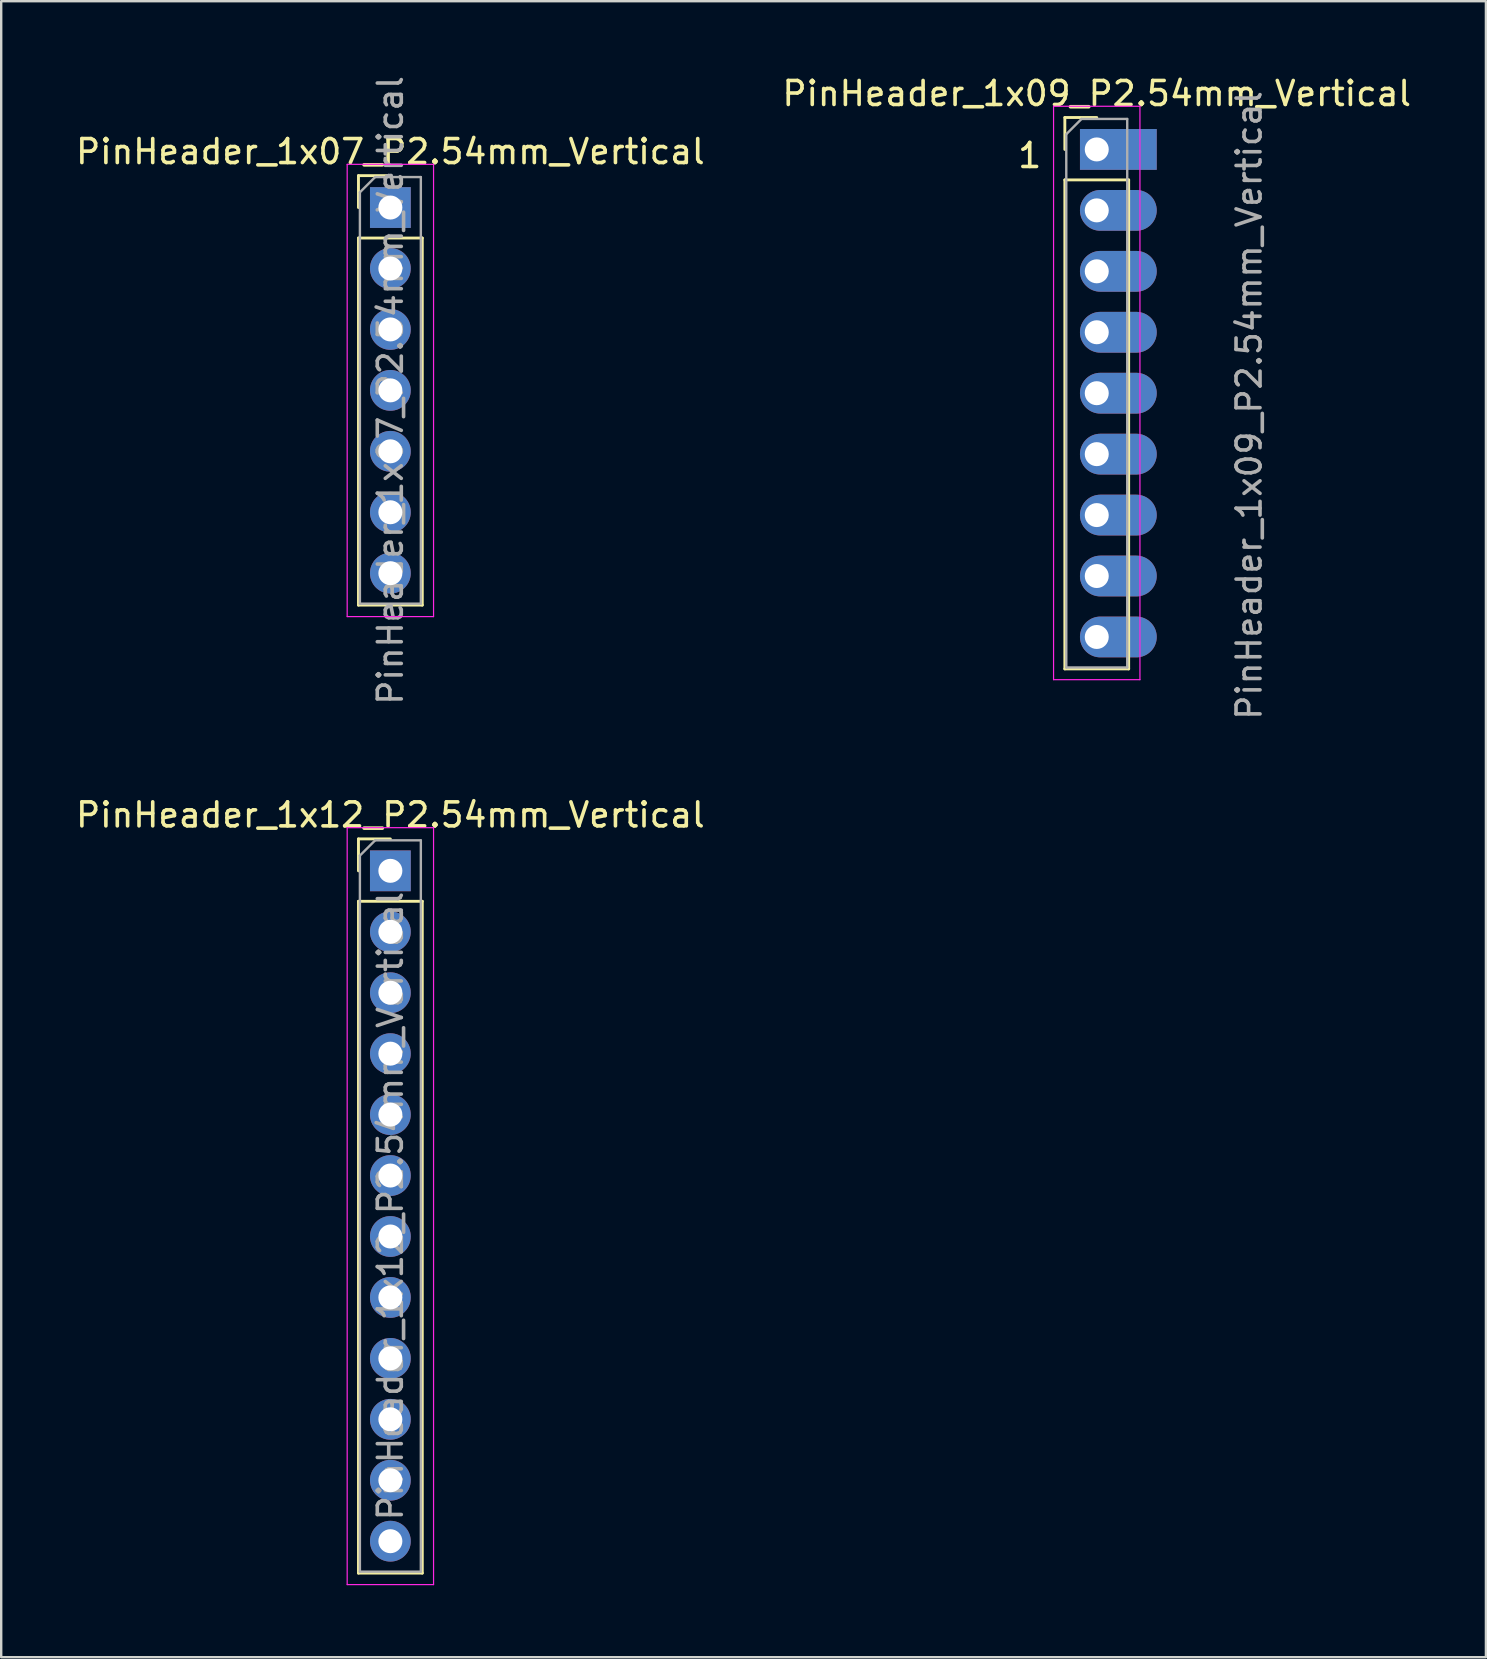
<source format=kicad_pcb>
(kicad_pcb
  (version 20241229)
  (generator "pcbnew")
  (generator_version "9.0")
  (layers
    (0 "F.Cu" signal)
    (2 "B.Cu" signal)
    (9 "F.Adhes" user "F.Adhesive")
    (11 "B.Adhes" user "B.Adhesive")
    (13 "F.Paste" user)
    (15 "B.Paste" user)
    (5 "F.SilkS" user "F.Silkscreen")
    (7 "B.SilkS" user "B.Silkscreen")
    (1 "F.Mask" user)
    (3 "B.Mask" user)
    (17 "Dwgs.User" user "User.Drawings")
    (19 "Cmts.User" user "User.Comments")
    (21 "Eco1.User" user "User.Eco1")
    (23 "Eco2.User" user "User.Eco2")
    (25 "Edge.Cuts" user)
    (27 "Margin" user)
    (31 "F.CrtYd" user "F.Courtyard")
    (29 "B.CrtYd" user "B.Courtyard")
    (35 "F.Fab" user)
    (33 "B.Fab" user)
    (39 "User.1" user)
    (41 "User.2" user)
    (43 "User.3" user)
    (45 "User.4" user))
  (footprint "PinHeader_1x07_P2.54mm_Vertical"
    (layer "F.Cu")
    (at 13.22 5.6)
    (property "Reference" "PinHeader_1x07_P2.54mm_Vertical" (at 0 -2.33 0) (layer "F.SilkS") (effects (font (size 1 1) (thickness 0.15))))
    (attr through_hole exclude_from_bom)
    (fp_line (start -1.33 -1.33) (end 0 -1.33) (stroke (width 0.12) (type solid)) (layer "F.SilkS"))
    (fp_line (start -1.33 0) (end -1.33 -1.33) (stroke (width 0.12) (type solid)) (layer "F.SilkS"))
    (fp_line (start -1.33 1.27) (end -1.33 16.57) (stroke (width 0.12) (type solid)) (layer "F.SilkS"))
    (fp_line (start -1.33 1.27) (end 1.33 1.27) (stroke (width 0.12) (type solid)) (layer "F.SilkS"))
    (fp_line (start -1.33 16.57) (end 1.33 16.57) (stroke (width 0.12) (type solid)) (layer "F.SilkS"))
    (fp_line (start 1.33 1.27) (end 1.33 16.57) (stroke (width 0.12) (type solid)) (layer "F.SilkS"))
    (fp_line (start -1.8 -1.8) (end -1.8 17.05) (stroke (width 0.05) (type solid)) (layer "F.CrtYd"))
    (fp_line (start -1.8 17.05) (end 1.8 17.05) (stroke (width 0.05) (type solid)) (layer "F.CrtYd"))
    (fp_line (start 1.8 -1.8) (end -1.8 -1.8) (stroke (width 0.05) (type solid)) (layer "F.CrtYd"))
    (fp_line (start 1.8 17.05) (end 1.8 -1.8) (stroke (width 0.05) (type solid)) (layer "F.CrtYd"))
    (fp_line (start -1.27 -0.635) (end -0.635 -1.27) (stroke (width 0.1) (type solid)) (layer "F.Fab"))
    (fp_line (start -1.27 16.51) (end -1.27 -0.635) (stroke (width 0.1) (type solid)) (layer "F.Fab"))
    (fp_line (start -0.635 -1.27) (end 1.27 -1.27) (stroke (width 0.1) (type solid)) (layer "F.Fab"))
    (fp_line (start 1.27 -1.27) (end 1.27 16.51) (stroke (width 0.1) (type solid)) (layer "F.Fab"))
    (fp_line (start 1.27 16.51) (end -1.27 16.51) (stroke (width 0.1) (type solid)) (layer "F.Fab"))
    (fp_text user "${REFERENCE}" (at 0 7.62 90) (layer "F.Fab") (effects (font (size 1 1) (thickness 0.15))))
    (pad "1" thru_hole rect (at 0 0) (size 1.7 1.7) (drill 1) (layers "*.Cu" "*.Mask"))
    (pad "2" thru_hole oval (at 0 2.54) (size 1.7 1.7) (drill 1) (layers "*.Cu" "*.Mask"))
    (pad "3" thru_hole oval (at 0 5.08) (size 1.7 1.7) (drill 1) (layers "*.Cu" "*.Mask"))
    (pad "4" thru_hole oval (at 0 7.62) (size 1.7 1.7) (drill 1) (layers "*.Cu" "*.Mask"))
    (pad "5" thru_hole oval (at 0 10.16) (size 1.7 1.7) (drill 1) (layers "*.Cu" "*.Mask"))
    (pad "6" thru_hole oval (at 0 12.7) (size 1.7 1.7) (drill 1) (layers "*.Cu" "*.Mask"))
    (pad "7" thru_hole oval (at 0 15.24) (size 1.7 1.7) (drill 1) (layers "*.Cu" "*.Mask")))
  (footprint "PinHeader_1x12_P2.54mm_Vertical"
    (layer "F.Cu")
    (at 13.22 33.245)
    (property "Reference" "PinHeader_1x12_P2.54mm_Vertical" (at 0 -2.33 0) (layer "F.SilkS") (effects (font (size 1 1) (thickness 0.15))))
    (attr through_hole)
    (fp_line (start -1.33 -1.33) (end 0 -1.33) (stroke (width 0.12) (type solid)) (layer "F.SilkS"))
    (fp_line (start -1.33 0) (end -1.33 -1.33) (stroke (width 0.12) (type solid)) (layer "F.SilkS"))
    (fp_line (start -1.33 1.27) (end -1.33 29.27) (stroke (width 0.12) (type solid)) (layer "F.SilkS"))
    (fp_line (start -1.33 1.27) (end 1.33 1.27) (stroke (width 0.12) (type solid)) (layer "F.SilkS"))
    (fp_line (start -1.33 29.27) (end 1.33 29.27) (stroke (width 0.12) (type solid)) (layer "F.SilkS"))
    (fp_line (start 1.33 1.27) (end 1.33 29.27) (stroke (width 0.12) (type solid)) (layer "F.SilkS"))
    (fp_line (start -1.8 -1.8) (end -1.8 29.75) (stroke (width 0.05) (type solid)) (layer "F.CrtYd"))
    (fp_line (start -1.8 29.75) (end 1.8 29.75) (stroke (width 0.05) (type solid)) (layer "F.CrtYd"))
    (fp_line (start 1.8 -1.8) (end -1.8 -1.8) (stroke (width 0.05) (type solid)) (layer "F.CrtYd"))
    (fp_line (start 1.8 29.75) (end 1.8 -1.8) (stroke (width 0.05) (type solid)) (layer "F.CrtYd"))
    (fp_line (start -1.27 -0.635) (end -0.635 -1.27) (stroke (width 0.1) (type solid)) (layer "F.Fab"))
    (fp_line (start -1.27 29.21) (end -1.27 -0.635) (stroke (width 0.1) (type solid)) (layer "F.Fab"))
    (fp_line (start -0.635 -1.27) (end 1.27 -1.27) (stroke (width 0.1) (type solid)) (layer "F.Fab"))
    (fp_line (start 1.27 -1.27) (end 1.27 29.21) (stroke (width 0.1) (type solid)) (layer "F.Fab"))
    (fp_line (start 1.27 29.21) (end -1.27 29.21) (stroke (width 0.1) (type solid)) (layer "F.Fab"))
    (fp_text user "${REFERENCE}" (at 0 13.97 90) (layer "F.Fab") (effects (font (size 1 1) (thickness 0.15))))
    (pad "1" thru_hole rect (at 0 0) (size 1.7 1.7) (drill 1) (layers "*.Cu" "*.Mask"))
    (pad "2" thru_hole oval (at 0 2.54) (size 1.7 1.7) (drill 1) (layers "*.Cu" "*.Mask"))
    (pad "3" thru_hole oval (at 0 5.08) (size 1.7 1.7) (drill 1) (layers "*.Cu" "*.Mask"))
    (pad "4" thru_hole oval (at 0 7.62) (size 1.7 1.7) (drill 1) (layers "*.Cu" "*.Mask"))
    (pad "5" thru_hole oval (at 0 10.16) (size 1.7 1.7) (drill 1) (layers "*.Cu" "*.Mask"))
    (pad "6" thru_hole oval (at 0 12.7) (size 1.7 1.7) (drill 1) (layers "*.Cu" "*.Mask"))
    (pad "7" thru_hole oval (at 0 15.24) (size 1.7 1.7) (drill 1) (layers "*.Cu" "*.Mask"))
    (pad "8" thru_hole oval (at 0 17.78) (size 1.7 1.7) (drill 1) (layers "*.Cu" "*.Mask"))
    (pad "9" thru_hole oval (at 0 20.32) (size 1.7 1.7) (drill 1) (layers "*.Cu" "*.Mask"))
    (pad "10" thru_hole oval (at 0 22.86) (size 1.7 1.7) (drill 1) (layers "*.Cu" "*.Mask"))
    (pad "11" thru_hole oval (at 0 25.4) (size 1.7 1.7) (drill 1) (layers "*.Cu" "*.Mask"))
    (pad "12" thru_hole oval (at 0 27.94) (size 1.7 1.7) (drill 1) (layers "*.Cu" "*.Mask")))
  (footprint "PinHeader_1x09_P2.54mm_Vertical"
    (layer "F.Cu")
    (at 42.661 3.178)
    (property "Reference" "PinHeader_1x09_P2.54mm_Vertical" (at 0 -2.33 0) (layer "F.SilkS") (effects (font (size 1 1) (thickness 0.15))))
    (attr through_hole)
    (fp_line (start -1.33 -1.33) (end 0 -1.33) (stroke (width 0.12) (type solid)) (layer "F.SilkS"))
    (fp_line (start -1.33 0) (end -1.33 -1.33) (stroke (width 0.12) (type solid)) (layer "F.SilkS"))
    (fp_line (start -1.33 1.27) (end -1.33 21.65) (stroke (width 0.12) (type solid)) (layer "F.SilkS"))
    (fp_line (start -1.33 1.27) (end 1.33 1.27) (stroke (width 0.12) (type solid)) (layer "F.SilkS"))
    (fp_line (start -1.33 21.65) (end 1.33 21.65) (stroke (width 0.12) (type solid)) (layer "F.SilkS"))
    (fp_line (start 1.33 1.27) (end 1.33 21.65) (stroke (width 0.12) (type solid)) (layer "F.SilkS"))
    (fp_line (start -1.8 -1.8) (end -1.8 22.1) (stroke (width 0.05) (type solid)) (layer "F.CrtYd"))
    (fp_line (start -1.8 22.1) (end 1.8 22.1) (stroke (width 0.05) (type solid)) (layer "F.CrtYd"))
    (fp_line (start 1.8 -1.8) (end -1.8 -1.8) (stroke (width 0.05) (type solid)) (layer "F.CrtYd"))
    (fp_line (start 1.8 22.1) (end 1.8 -1.8) (stroke (width 0.05) (type solid)) (layer "F.CrtYd"))
    (fp_line (start -1.27 -0.635) (end -0.635 -1.27) (stroke (width 0.1) (type solid)) (layer "F.Fab"))
    (fp_line (start -1.27 21.59) (end -1.27 -0.635) (stroke (width 0.1) (type solid)) (layer "F.Fab"))
    (fp_line (start -0.635 -1.27) (end 1.27 -1.27) (stroke (width 0.1) (type solid)) (layer "F.Fab"))
    (fp_line (start 1.27 -1.27) (end 1.27 21.59) (stroke (width 0.1) (type solid)) (layer "F.Fab"))
    (fp_line (start 1.27 21.59) (end -1.27 21.59) (stroke (width 0.1) (type solid)) (layer "F.Fab"))
    (fp_text user "1" (at -2.794 0.254 0) (layer "F.SilkS") (effects (font (size 1 1) (thickness 0.15))))
    (fp_text user "${REFERENCE}" (at 6.35 10.668 90) (layer "F.Fab") (effects (font (size 1 1) (thickness 0.15))))
    (pad "1" thru_hole rect (at 0 0) (size 3.2 1.7) (drill 1 (offset 0.9 0)) (layers "*.Cu" "*.Mask"))
    (pad "2" thru_hole oval (at 0 2.54) (size 3.2 1.7) (drill 1 (offset 0.9 0)) (layers "*.Cu" "*.Mask"))
    (pad "3" thru_hole oval (at 0 5.08) (size 3.2 1.7) (drill 1 (offset 0.9 0)) (layers "*.Cu" "*.Mask"))
    (pad "4" thru_hole oval (at 0 7.62) (size 3.2 1.7) (drill 1 (offset 0.9 0)) (layers "*.Cu" "*.Mask"))
    (pad "5" thru_hole oval (at 0 10.16) (size 3.2 1.7) (drill 1 (offset 0.9 0)) (layers "*.Cu" "*.Mask"))
    (pad "6" thru_hole oval (at 0 12.7) (size 3.2 1.7) (drill 1 (offset 0.9 0)) (layers "*.Cu" "*.Mask"))
    (pad "7" thru_hole oval (at 0 15.24) (size 3.2 1.7) (drill 1 (offset 0.9 0)) (layers "*.Cu" "*.Mask"))
    (pad "8" thru_hole oval (at 0 17.78) (size 3.2 1.7) (drill 1 (offset 0.9 0)) (layers "*.Cu" "*.Mask"))
    (pad "9" thru_hole oval (at 0 20.32) (size 3.2 1.7) (drill 1 (offset 0.9 0)) (layers "*.Cu" "*.Mask")))
  (gr_rect
    (start -3 -3)
    (end 58.881 66.02)
    (stroke (width 0.1) (type default))
    (fill no)
    (layer "Edge.Cuts")))
</source>
